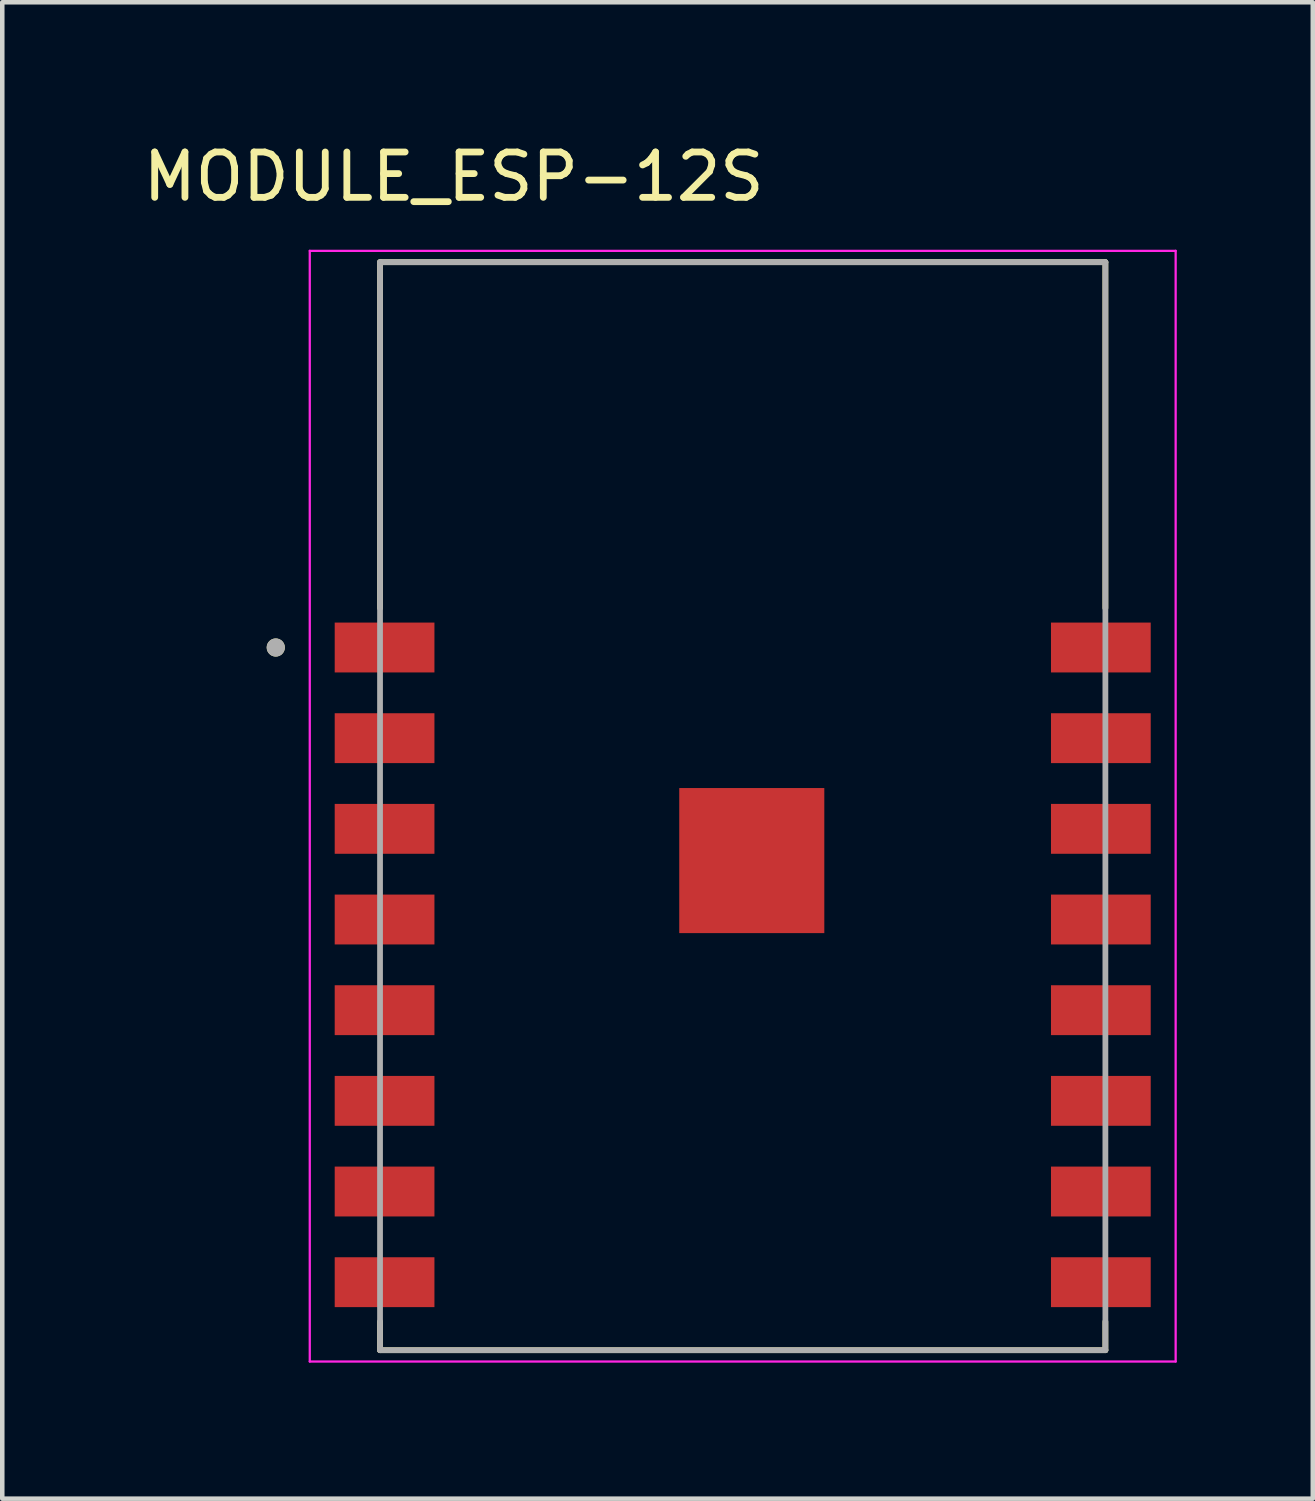
<source format=kicad_pcb>
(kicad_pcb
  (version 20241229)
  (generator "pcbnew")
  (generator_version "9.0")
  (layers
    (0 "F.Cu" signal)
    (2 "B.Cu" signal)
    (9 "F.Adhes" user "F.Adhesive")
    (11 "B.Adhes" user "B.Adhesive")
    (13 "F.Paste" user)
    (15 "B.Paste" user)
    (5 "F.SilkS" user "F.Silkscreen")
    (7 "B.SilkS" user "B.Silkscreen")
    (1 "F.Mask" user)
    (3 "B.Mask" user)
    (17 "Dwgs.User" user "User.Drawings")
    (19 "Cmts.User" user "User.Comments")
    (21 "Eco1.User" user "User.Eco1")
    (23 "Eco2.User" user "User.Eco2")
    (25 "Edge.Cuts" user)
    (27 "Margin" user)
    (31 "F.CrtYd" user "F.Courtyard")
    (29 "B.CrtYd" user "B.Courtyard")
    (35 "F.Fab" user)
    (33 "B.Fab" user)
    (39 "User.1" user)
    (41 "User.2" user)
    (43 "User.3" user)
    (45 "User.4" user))
  (footprint "MODULE_ESP-12S"
    (layer "F.Cu")
    (at 13.333 14.733)
    (property "Reference" "MODULE_ESP-12S" (at -6.375 -13.885 0) (layer "F.SilkS") (effects (font (size 1 1) (thickness 0.15))))
    (attr smd)
    (fp_line (start -8 -12) (end 8 -12) (stroke (width 0.127) (type solid)) (layer "F.SilkS"))
    (fp_line (start -8 -4.37) (end -8 -12) (stroke (width 0.127) (type solid)) (layer "F.SilkS"))
    (fp_line (start -8 12) (end -8 11.37) (stroke (width 0.127) (type solid)) (layer "F.SilkS"))
    (fp_line (start 8 -12) (end 8 -4.37) (stroke (width 0.127) (type solid)) (layer "F.SilkS"))
    (fp_line (start 8 12) (end -8 12) (stroke (width 0.127) (type solid)) (layer "F.SilkS"))
    (fp_line (start 8 12) (end 8 11.37) (stroke (width 0.127) (type solid)) (layer "F.SilkS"))
    (fp_circle (center -10.3 -3.5) (end -10.2 -3.5) (stroke (width 0.2) (type solid)) (fill no) (layer "F.SilkS"))
    (fp_poly (pts (xy -0.812 0.188) (xy 1.212 0.188) (xy 1.212 2.212) (xy -0.812 2.212)) (stroke (width 0.01) (type solid)) (fill yes) (layer "F.Paste"))
    (fp_line (start -9.55 -12.25) (end -9.55 12.25) (stroke (width 0.05) (type solid)) (layer "F.CrtYd"))
    (fp_line (start -9.55 12.25) (end 9.55 12.25) (stroke (width 0.05) (type solid)) (layer "F.CrtYd"))
    (fp_line (start 9.55 -12.25) (end -9.55 -12.25) (stroke (width 0.05) (type solid)) (layer "F.CrtYd"))
    (fp_line (start 9.55 12.25) (end 9.55 -12.25) (stroke (width 0.05) (type solid)) (layer "F.CrtYd"))
    (fp_line (start -8 -12) (end 8 -12) (stroke (width 0.127) (type solid)) (layer "F.Fab"))
    (fp_line (start -8 12) (end -8 -12) (stroke (width 0.127) (type solid)) (layer "F.Fab"))
    (fp_line (start 8 -12) (end 8 12) (stroke (width 0.127) (type solid)) (layer "F.Fab"))
    (fp_line (start 8 12) (end -8 12) (stroke (width 0.127) (type solid)) (layer "F.Fab"))
    (fp_circle (center -10.3 -3.5) (end -10.2 -3.5) (stroke (width 0.2) (type solid)) (fill no) (layer "F.Fab"))
    (pad "1" smd rect (at -7.9 -3.5) (size 2.2 1.1) (layers "F.Cu" "F.Mask" "F.Paste"))
    (pad "2" smd rect (at -7.9 -1.5) (size 2.2 1.1) (layers "F.Cu" "F.Mask" "F.Paste"))
    (pad "3" smd rect (at -7.9 0.5) (size 2.2 1.1) (layers "F.Cu" "F.Mask" "F.Paste"))
    (pad "4" smd rect (at -7.9 2.5) (size 2.2 1.1) (layers "F.Cu" "F.Mask" "F.Paste"))
    (pad "5" smd rect (at -7.9 4.5) (size 2.2 1.1) (layers "F.Cu" "F.Mask" "F.Paste"))
    (pad "6" smd rect (at -7.9 6.5) (size 2.2 1.1) (layers "F.Cu" "F.Mask" "F.Paste"))
    (pad "7" smd rect (at -7.9 8.5) (size 2.2 1.1) (layers "F.Cu" "F.Mask" "F.Paste"))
    (pad "8" smd rect (at -7.9 10.5) (size 2.2 1.1) (layers "F.Cu" "F.Mask" "F.Paste"))
    (pad "9" smd rect (at 7.9 10.5) (size 2.2 1.1) (layers "F.Cu" "F.Mask" "F.Paste"))
    (pad "10" smd rect (at 7.9 8.5) (size 2.2 1.1) (layers "F.Cu" "F.Mask" "F.Paste"))
    (pad "11" smd rect (at 7.9 6.5) (size 2.2 1.1) (layers "F.Cu" "F.Mask" "F.Paste"))
    (pad "12" smd rect (at 7.9 4.5) (size 2.2 1.1) (layers "F.Cu" "F.Mask" "F.Paste"))
    (pad "13" smd rect (at 7.9 2.5) (size 2.2 1.1) (layers "F.Cu" "F.Mask" "F.Paste"))
    (pad "14" smd rect (at 7.9 0.5) (size 2.2 1.1) (layers "F.Cu" "F.Mask" "F.Paste"))
    (pad "15" smd rect (at 7.9 -1.5) (size 2.2 1.1) (layers "F.Cu" "F.Mask" "F.Paste"))
    (pad "16" smd rect (at 7.9 -3.5) (size 2.2 1.1) (layers "F.Cu" "F.Mask" "F.Paste"))
    (pad "17" smd rect (at 0.2 1.2) (size 3.2 3.2) (layers "F.Cu" "F.Mask"))
    (zone (net_name "") (layer "F.Cu") (hatch full 0.508) (connect_pads) (min_thickness 0.01) (filled_areas_thickness no) (keepout (tracks not_allowed) (vias not_allowed) (pads not_allowed) (copperpour not_allowed) (footprints allowed)) (placement (enabled no)) (fill) (polygon (pts (xy 5.333 8.833) (xy 21.333 8.833) (xy 21.333 2.733) (xy 5.333 2.733))))
    (zone (net_name "") (layers "F.Cu" "B.Cu") (hatch full 0.508) (connect_pads) (min_thickness 0.01) (filled_areas_thickness no) (keepout (tracks allowed) (vias not_allowed) (pads allowed) (copperpour allowed) (footprints allowed)) (placement (enabled no)) (fill) (polygon (pts (xy 21.333 8.833) (xy 5.333 8.833) (xy 5.333 2.733) (xy 21.333 2.733)))))
  (gr_rect
    (start -3 -3)
    (end 25.908 30.008)
    (stroke (width 0.1) (type default))
    (fill no)
    (layer "Edge.Cuts")))
</source>
